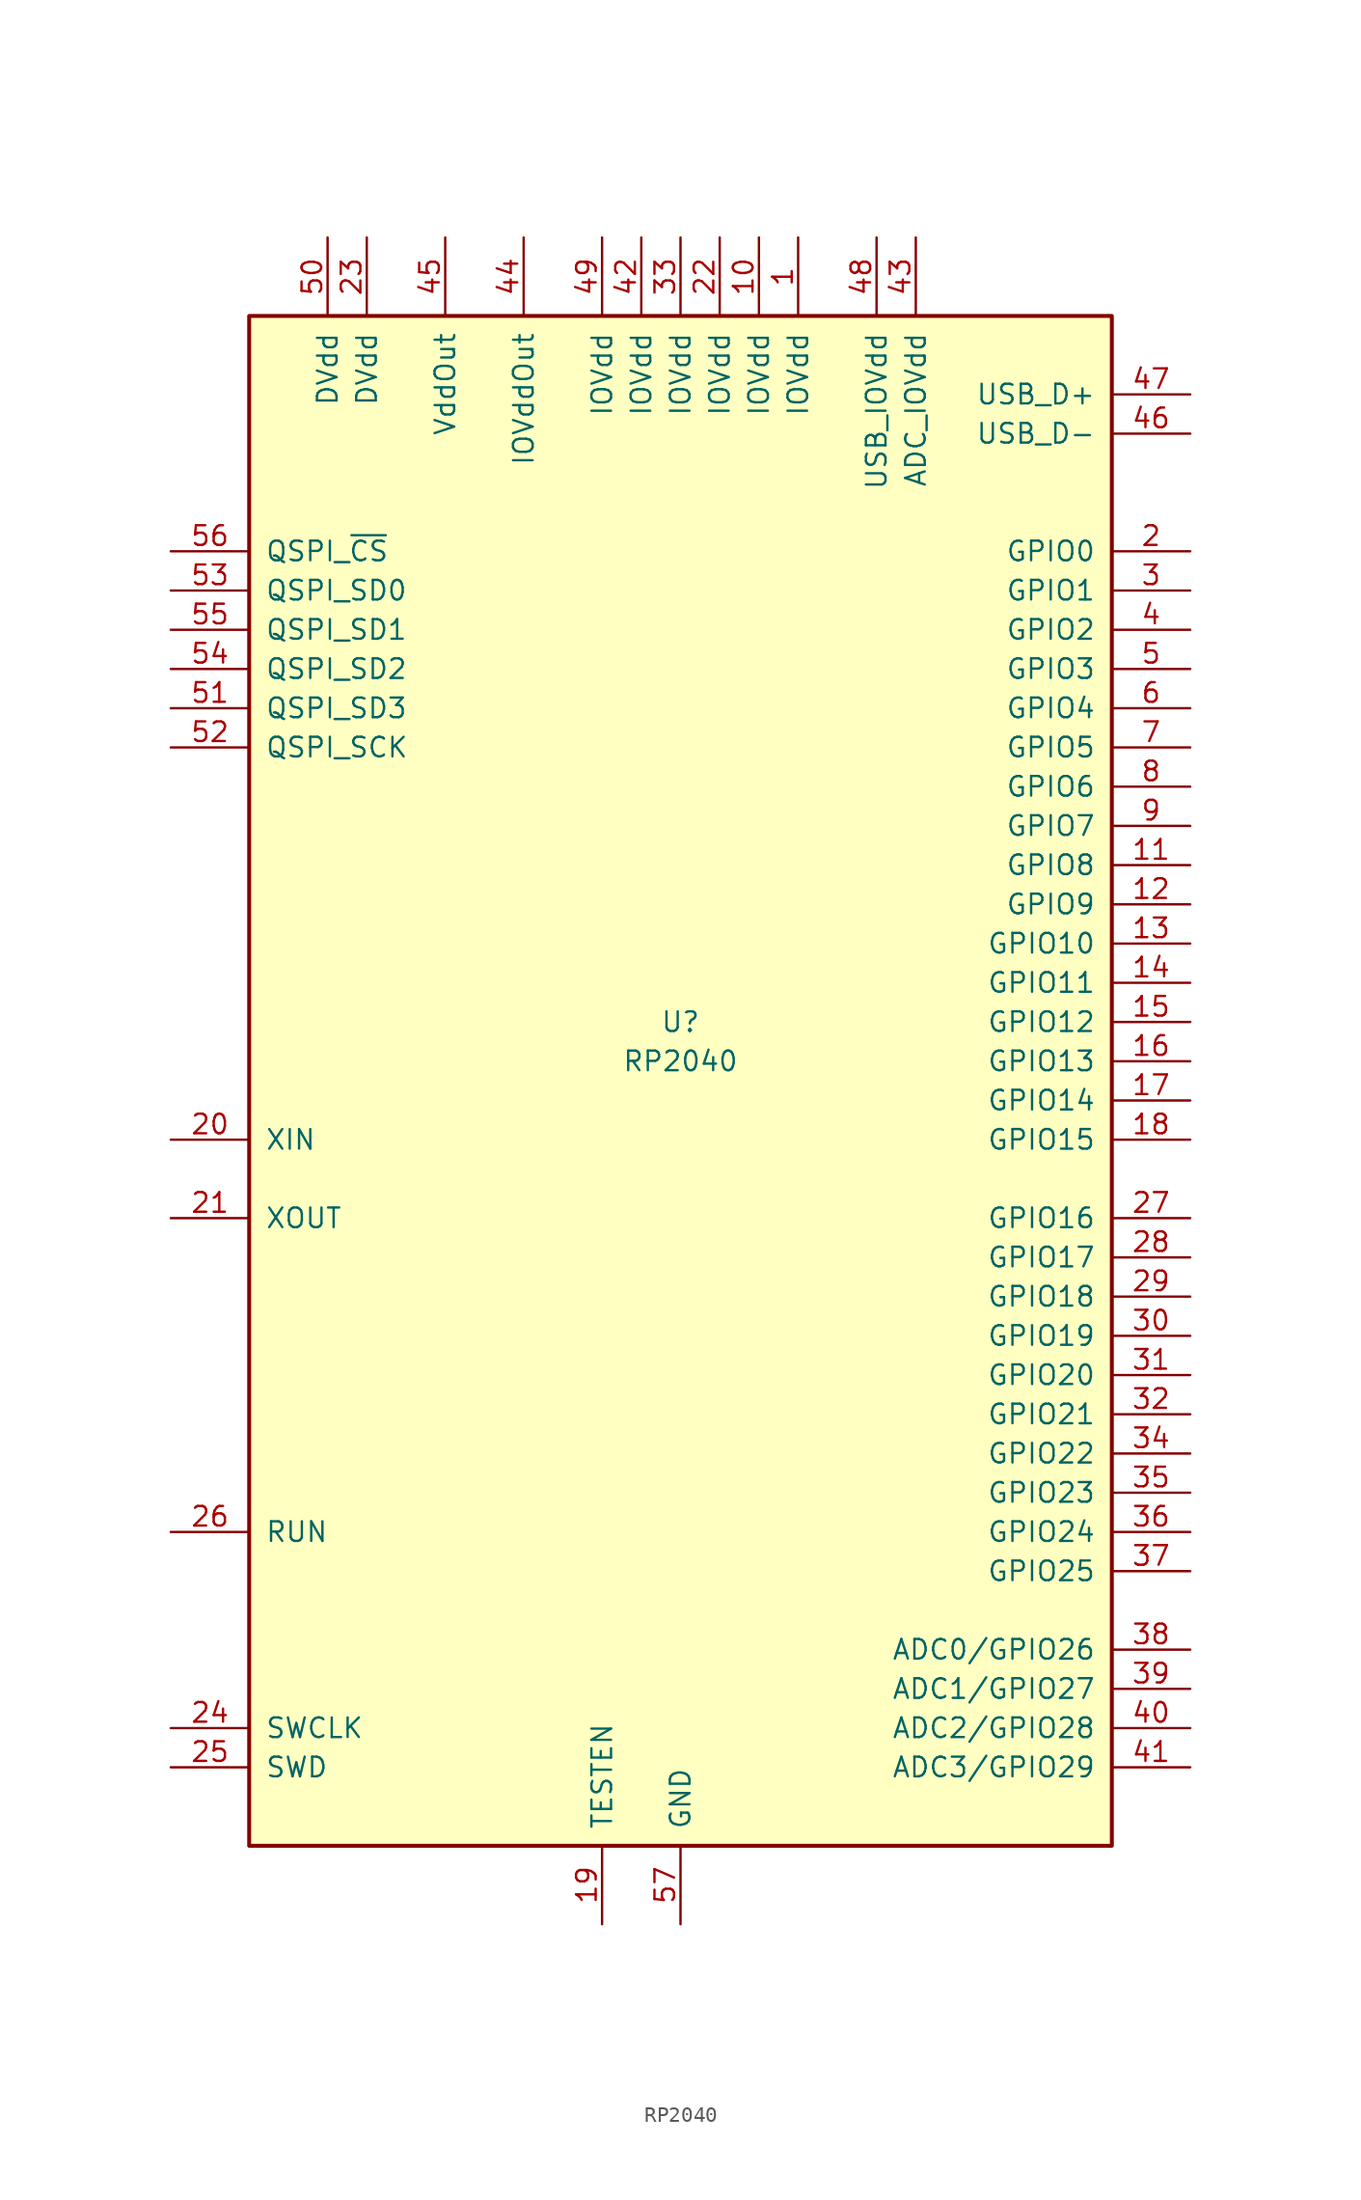
<source format=kicad_sym>
(kicad_symbol_lib
  (version 20211014)
  (generator kicad_symbol_editor)
  (symbol "RP2040"
    (pin_names
      (offset 1.016))
    (property "Reference" "U"
      (at 0 2.54 0)
      (effects (font (size 1.27 1.27))))
    (property "Value" "RP2040"
      (at 0 0 0)
      (effects (font (size 1.27 1.27))))
    (symbol "RP2040_0_1"
      (rectangle (start -27.94 48.26) (end 27.94 -50.8) (stroke (width 0.254) (type default) (color 0 0 0 0)) (fill (type background))))
    (symbol "RP2040_1_1"
      (pin power_in line (at 7.62 53.34 270) (length 5.08) (name "IOVdd" (effects (font (size 1.27 1.27)))) (number "1" (effects (font (size 1.27 1.27)))))
      (pin power_in line (at 5.08 53.34 270) (length 5.08) (name "IOVdd" (effects (font (size 1.27 1.27)))) (number "10" (effects (font (size 1.27 1.27)))))
      (pin bidirectional line (at 33.02 12.7 180) (length 5.08) (name "GPIO8" (effects (font (size 1.27 1.27)))) (number "11" (effects (font (size 1.27 1.27)))))
      (pin bidirectional line (at 33.02 10.16 180) (length 5.08) (name "GPIO9" (effects (font (size 1.27 1.27)))) (number "12" (effects (font (size 1.27 1.27)))))
      (pin bidirectional line (at 33.02 7.62 180) (length 5.08) (name "GPIO10" (effects (font (size 1.27 1.27)))) (number "13" (effects (font (size 1.27 1.27)))))
      (pin bidirectional line (at 33.02 5.08 180) (length 5.08) (name "GPIO11" (effects (font (size 1.27 1.27)))) (number "14" (effects (font (size 1.27 1.27)))))
      (pin bidirectional line (at 33.02 2.54 180) (length 5.08) (name "GPIO12" (effects (font (size 1.27 1.27)))) (number "15" (effects (font (size 1.27 1.27)))))
      (pin bidirectional line (at 33.02 0 180) (length 5.08) (name "GPIO13" (effects (font (size 1.27 1.27)))) (number "16" (effects (font (size 1.27 1.27)))))
      (pin bidirectional line (at 33.02 -2.54 180) (length 5.08) (name "GPIO14" (effects (font (size 1.27 1.27)))) (number "17" (effects (font (size 1.27 1.27)))))
      (pin bidirectional line (at 33.02 -5.08 180) (length 5.08) (name "GPIO15" (effects (font (size 1.27 1.27)))) (number "18" (effects (font (size 1.27 1.27)))))
      (pin input line (at -5.08 -55.88 90) (length 5.08) (name "TESTEN" (effects (font (size 1.27 1.27)))) (number "19" (effects (font (size 1.27 1.27)))))
      (pin bidirectional line (at 33.02 33.02 180) (length 5.08) (name "GPIO0" (effects (font (size 1.27 1.27)))) (number "2" (effects (font (size 1.27 1.27)))))
      (pin input line (at -33.02 -5.08 0) (length 5.08) (name "XIN" (effects (font (size 1.27 1.27)))) (number "20" (effects (font (size 1.27 1.27)))))
      (pin output line (at -33.02 -10.16 0) (length 5.08) (name "XOUT" (effects (font (size 1.27 1.27)))) (number "21" (effects (font (size 1.27 1.27)))))
      (pin power_in line (at 2.54 53.34 270) (length 5.08) (name "IOVdd" (effects (font (size 1.27 1.27)))) (number "22" (effects (font (size 1.27 1.27)))))
      (pin power_in line (at -20.32 53.34 270) (length 5.08) (name "DVdd" (effects (font (size 1.27 1.27)))) (number "23" (effects (font (size 1.27 1.27)))))
      (pin input line (at -33.02 -43.18 0) (length 5.08) (name "SWCLK" (effects (font (size 1.27 1.27)))) (number "24" (effects (font (size 1.27 1.27)))))
      (pin input line (at -33.02 -45.72 0) (length 5.08) (name "SWD" (effects (font (size 1.27 1.27)))) (number "25" (effects (font (size 1.27 1.27)))))
      (pin input line (at -33.02 -30.48 0) (length 5.08) (name "RUN" (effects (font (size 1.27 1.27)))) (number "26" (effects (font (size 1.27 1.27)))))
      (pin bidirectional line (at 33.02 -10.16 180) (length 5.08) (name "GPIO16" (effects (font (size 1.27 1.27)))) (number "27" (effects (font (size 1.27 1.27)))))
      (pin bidirectional line (at 33.02 -12.7 180) (length 5.08) (name "GPIO17" (effects (font (size 1.27 1.27)))) (number "28" (effects (font (size 1.27 1.27)))))
      (pin bidirectional line (at 33.02 -15.24 180) (length 5.08) (name "GPIO18" (effects (font (size 1.27 1.27)))) (number "29" (effects (font (size 1.27 1.27)))))
      (pin bidirectional line (at 33.02 30.48 180) (length 5.08) (name "GPIO1" (effects (font (size 1.27 1.27)))) (number "3" (effects (font (size 1.27 1.27)))))
      (pin bidirectional line (at 33.02 -17.78 180) (length 5.08) (name "GPIO19" (effects (font (size 1.27 1.27)))) (number "30" (effects (font (size 1.27 1.27)))))
      (pin bidirectional line (at 33.02 -20.32 180) (length 5.08) (name "GPIO20" (effects (font (size 1.27 1.27)))) (number "31" (effects (font (size 1.27 1.27)))))
      (pin bidirectional line (at 33.02 -22.86 180) (length 5.08) (name "GPIO21" (effects (font (size 1.27 1.27)))) (number "32" (effects (font (size 1.27 1.27)))))
      (pin power_in line (at 0 53.34 270) (length 5.08) (name "IOVdd" (effects (font (size 1.27 1.27)))) (number "33" (effects (font (size 1.27 1.27)))))
      (pin bidirectional line (at 33.02 -25.4 180) (length 5.08) (name "GPIO22" (effects (font (size 1.27 1.27)))) (number "34" (effects (font (size 1.27 1.27)))))
      (pin bidirectional line (at 33.02 -27.94 180) (length 5.08) (name "GPIO23" (effects (font (size 1.27 1.27)))) (number "35" (effects (font (size 1.27 1.27)))))
      (pin bidirectional line (at 33.02 -30.48 180) (length 5.08) (name "GPIO24" (effects (font (size 1.27 1.27)))) (number "36" (effects (font (size 1.27 1.27)))))
      (pin bidirectional line (at 33.02 -33.02 180) (length 5.08) (name "GPIO25" (effects (font (size 1.27 1.27)))) (number "37" (effects (font (size 1.27 1.27)))))
      (pin bidirectional line (at 33.02 -38.1 180) (length 5.08) (name "ADC0/GPIO26" (effects (font (size 1.27 1.27)))) (number "38" (effects (font (size 1.27 1.27)))))
      (pin bidirectional line (at 33.02 -40.64 180) (length 5.08) (name "ADC1/GPIO27" (effects (font (size 1.27 1.27)))) (number "39" (effects (font (size 1.27 1.27)))))
      (pin bidirectional line (at 33.02 27.94 180) (length 5.08) (name "GPIO2" (effects (font (size 1.27 1.27)))) (number "4" (effects (font (size 1.27 1.27)))))
      (pin bidirectional line (at 33.02 -43.18 180) (length 5.08) (name "ADC2/GPIO28" (effects (font (size 1.27 1.27)))) (number "40" (effects (font (size 1.27 1.27)))))
      (pin bidirectional line (at 33.02 -45.72 180) (length 5.08) (name "ADC3/GPIO29" (effects (font (size 1.27 1.27)))) (number "41" (effects (font (size 1.27 1.27)))))
      (pin power_in line (at -2.54 53.34 270) (length 5.08) (name "IOVdd" (effects (font (size 1.27 1.27)))) (number "42" (effects (font (size 1.27 1.27)))))
      (pin power_in line (at 15.24 53.34 270) (length 5.08) (name "ADC_IOVdd" (effects (font (size 1.27 1.27)))) (number "43" (effects (font (size 1.27 1.27)))))
      (pin power_in line (at -10.16 53.34 270) (length 5.08) (name "IOVddOut" (effects (font (size 1.27 1.27)))) (number "44" (effects (font (size 1.27 1.27)))))
      (pin power_in line (at -15.24 53.34 270) (length 5.08) (name "VddOut" (effects (font (size 1.27 1.27)))) (number "45" (effects (font (size 1.27 1.27)))))
      (pin bidirectional line (at 33.02 40.64 180) (length 5.08) (name "USB_D-" (effects (font (size 1.27 1.27)))) (number "46" (effects (font (size 1.27 1.27)))))
      (pin bidirectional line (at 33.02 43.18 180) (length 5.08) (name "USB_D+" (effects (font (size 1.27 1.27)))) (number "47" (effects (font (size 1.27 1.27)))))
      (pin power_in line (at 12.7 53.34 270) (length 5.08) (name "USB_IOVdd" (effects (font (size 1.27 1.27)))) (number "48" (effects (font (size 1.27 1.27)))))
      (pin power_in line (at -5.08 53.34 270) (length 5.08) (name "IOVdd" (effects (font (size 1.27 1.27)))) (number "49" (effects (font (size 1.27 1.27)))))
      (pin bidirectional line (at 33.02 25.4 180) (length 5.08) (name "GPIO3" (effects (font (size 1.27 1.27)))) (number "5" (effects (font (size 1.27 1.27)))))
      (pin power_in line (at -22.86 53.34 270) (length 5.08) (name "DVdd" (effects (font (size 1.27 1.27)))) (number "50" (effects (font (size 1.27 1.27)))))
      (pin bidirectional line (at -33.02 22.86 0) (length 5.08) (name "QSPI_SD3" (effects (font (size 1.27 1.27)))) (number "51" (effects (font (size 1.27 1.27)))))
      (pin tri_state line (at -33.02 20.32 0) (length 5.08) (name "QSPI_SCK" (effects (font (size 1.27 1.27)))) (number "52" (effects (font (size 1.27 1.27)))))
      (pin bidirectional line (at -33.02 30.48 0) (length 5.08) (name "QSPI_SD0" (effects (font (size 1.27 1.27)))) (number "53" (effects (font (size 1.27 1.27)))))
      (pin bidirectional line (at -33.02 25.4 0) (length 5.08) (name "QSPI_SD2" (effects (font (size 1.27 1.27)))) (number "54" (effects (font (size 1.27 1.27)))))
      (pin bidirectional line (at -33.02 27.94 0) (length 5.08) (name "QSPI_SD1" (effects (font (size 1.27 1.27)))) (number "55" (effects (font (size 1.27 1.27)))))
      (pin tri_state line (at -33.02 33.02 0) (length 5.08) (name "QSPI_~{CS}" (effects (font (size 1.27 1.27)))) (number "56" (effects (font (size 1.27 1.27)))))
      (pin power_in line (at 0 -55.88 90) (length 5.08) (name "GND" (effects (font (size 1.27 1.27)))) (number "57" (effects (font (size 1.27 1.27)))))
      (pin bidirectional line (at 33.02 22.86 180) (length 5.08) (name "GPIO4" (effects (font (size 1.27 1.27)))) (number "6" (effects (font (size 1.27 1.27)))))
      (pin bidirectional line (at 33.02 20.32 180) (length 5.08) (name "GPIO5" (effects (font (size 1.27 1.27)))) (number "7" (effects (font (size 1.27 1.27)))))
      (pin bidirectional line (at 33.02 17.78 180) (length 5.08) (name "GPIO6" (effects (font (size 1.27 1.27)))) (number "8" (effects (font (size 1.27 1.27)))))
      (pin bidirectional line (at 33.02 15.24 180) (length 5.08) (name "GPIO7" (effects (font (size 1.27 1.27)))) (number "9" (effects (font (size 1.27 1.27))))))))
</source>
